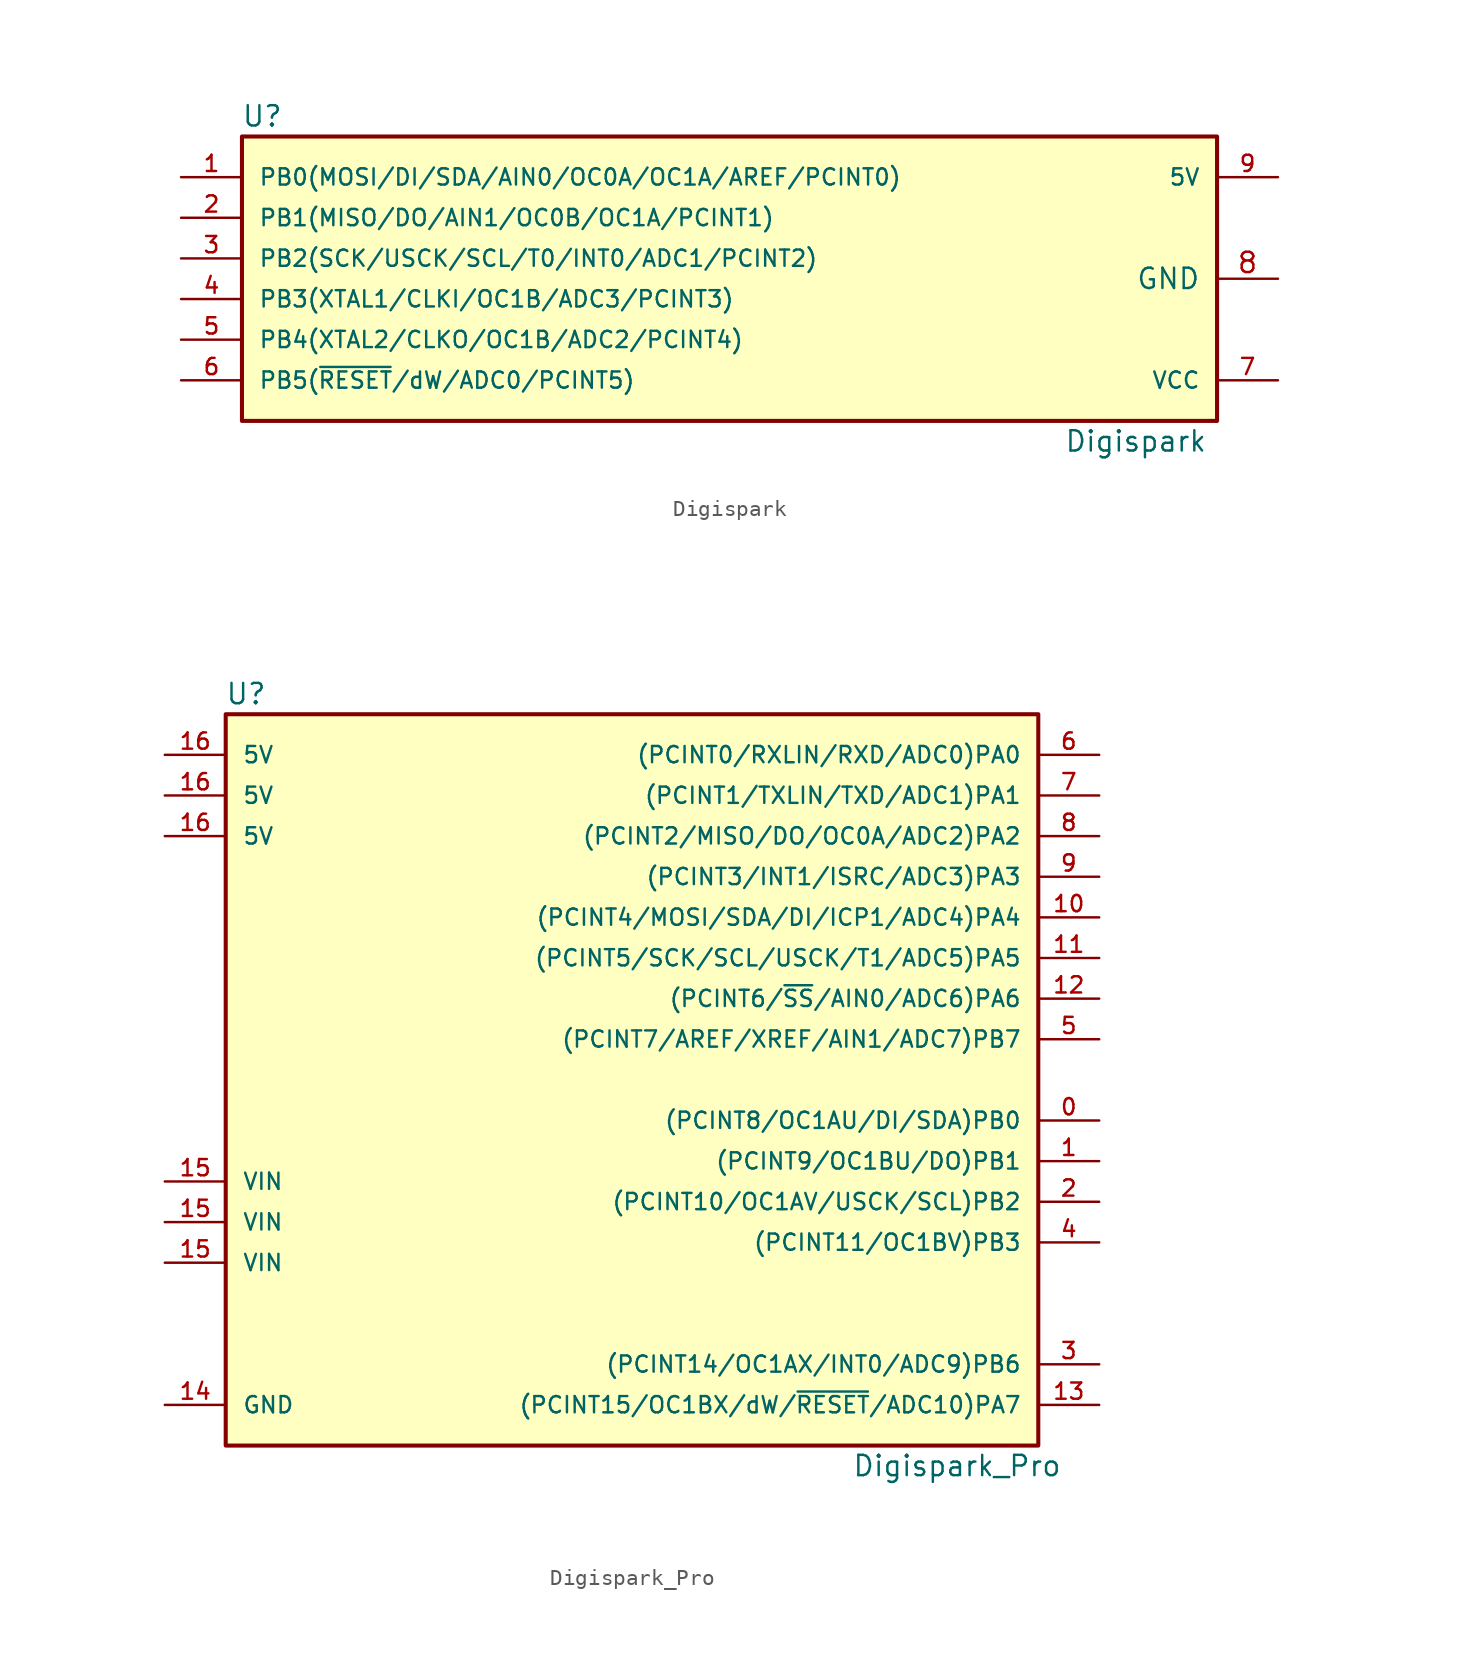
<source format=kicad_sym>
(kicad_symbol_lib
  (version 20211014)
  (generator kicad_symbol_editor)
  (symbol "Digispark"
    (pin_names
      (offset 1.016))
    (property "Reference" "U"
      (at -29.21 10.16 0)
      (effects (font (size 1.27 1.27))))
    (property "Value" "Digispark"
      (at 25.4 -10.16 0)
      (effects (font (size 1.27 1.27))))
    (symbol "Digispark_0_1"
      (rectangle (start -30.48 8.89) (end 30.48 -8.89) (stroke (width 0.254) (type default) (color 0 0 0 0)) (fill (type background))))
    (symbol "Digispark_1_1"
      (pin bidirectional line (at -34.29 6.35 0) (length 3.81) (name "PB0(MOSI/DI/SDA/AIN0/OC0A/OC1A/AREF/PCINT0)" (effects (font (size 1.016 1.016)))) (number "1" (effects (font (size 1.016 1.016)))))
      (pin bidirectional line (at -34.29 3.81 0) (length 3.81) (name "PB1(MISO/DO/AIN1/OC0B/OC1A/PCINT1)" (effects (font (size 1.016 1.016)))) (number "2" (effects (font (size 1.016 1.016)))))
      (pin bidirectional line (at -34.29 1.27 0) (length 3.81) (name "PB2(SCK/USCK/SCL/T0/INT0/ADC1/PCINT2)" (effects (font (size 1.016 1.016)))) (number "3" (effects (font (size 1.016 1.016)))))
      (pin bidirectional line (at -34.29 -1.27 0) (length 3.81) (name "PB3(XTAL1/CLKI/OC1B/ADC3/PCINT3)" (effects (font (size 1.016 1.016)))) (number "4" (effects (font (size 1.016 1.016)))))
      (pin bidirectional line (at -34.29 -3.81 0) (length 3.81) (name "PB4(XTAL2/CLKO/OC1B/ADC2/PCINT4)" (effects (font (size 1.016 1.016)))) (number "5" (effects (font (size 1.016 1.016)))))
      (pin bidirectional line (at -34.29 -6.35 0) (length 3.81) (name "PB5(~{RESET}/dW/ADC0/PCINT5)" (effects (font (size 1.016 1.016)))) (number "6" (effects (font (size 1.016 1.016)))))
      (pin power_in line (at 34.29 -6.35 180) (length 3.81) (name "VCC" (effects (font (size 1.016 1.016)))) (number "7" (effects (font (size 1.016 1.016)))))
      (pin bidirectional line (at 34.29 0 180) (length 3.81) (name "GND" (effects (font (size 1.27 1.27)))) (number "8" (effects (font (size 1.27 1.27)))))
      (pin power_in line (at 34.29 6.35 180) (length 3.81) (name "5V" (effects (font (size 1.016 1.016)))) (number "9" (effects (font (size 1.016 1.016)))))))
  (symbol "Digispark_Pro"
    (pin_names
      (offset 1.016))
    (property "Reference" "U"
      (at -24.13 24.13 0)
      (effects (font (size 1.27 1.27))))
    (property "Value" "Digispark_Pro"
      (at 20.32 -24.13 0)
      (effects (font (size 1.27 1.27))))
    (symbol "Digispark_Pro_0_1"
      (rectangle (start 25.4 22.86) (end -25.4 -22.86) (stroke (width 0.254) (type default) (color 0 0 0 0)) (fill (type background))))
    (symbol "Digispark_Pro_1_1"
      (pin bidirectional line (at 29.21 -2.54 180) (length 3.81) (name "(PCINT8/OC1AU/DI/SDA)PB0" (effects (font (size 1.016 1.016)))) (number "0" (effects (font (size 1.016 1.016)))))
      (pin bidirectional line (at 29.21 -5.08 180) (length 3.81) (name "(PCINT9/OC1BU/DO)PB1" (effects (font (size 1.016 1.016)))) (number "1" (effects (font (size 1.016 1.016)))))
      (pin bidirectional line (at 29.21 10.16 180) (length 3.81) (name "(PCINT4/MOSI/SDA/DI/ICP1/ADC4)PA4" (effects (font (size 1.016 1.016)))) (number "10" (effects (font (size 1.016 1.016)))))
      (pin bidirectional line (at 29.21 7.62 180) (length 3.81) (name "(PCINT5/SCK/SCL/USCK/T1/ADC5)PA5" (effects (font (size 1.016 1.016)))) (number "11" (effects (font (size 1.016 1.016)))))
      (pin bidirectional line (at 29.21 5.08 180) (length 3.81) (name "(PCINT6/~{SS}/AIN0/ADC6)PA6" (effects (font (size 1.016 1.016)))) (number "12" (effects (font (size 1.016 1.016)))))
      (pin bidirectional line (at 29.21 -20.32 180) (length 3.81) (name "(PCINT15/OC1BX/dW/~{RESET}/ADC10)PA7" (effects (font (size 1.016 1.016)))) (number "13" (effects (font (size 1.016 1.016)))))
      (pin power_in line (at -29.21 -20.32 0) (length 3.81) (name "GND" (effects (font (size 1.016 1.016)))) (number "14" (effects (font (size 1.016 1.016)))))
      (pin bidirectional line (at -29.21 -11.43 0) (length 3.81) (name "VIN" (effects (font (size 1.016 1.016)))) (number "15" (effects (font (size 1.016 1.016)))))
      (pin bidirectional line (at -29.21 -8.89 0) (length 3.81) (name "VIN" (effects (font (size 1.016 1.016)))) (number "15" (effects (font (size 1.016 1.016)))))
      (pin bidirectional line (at -29.21 -6.35 0) (length 3.81) (name "VIN" (effects (font (size 1.016 1.016)))) (number "15" (effects (font (size 1.016 1.016)))))
      (pin bidirectional line (at -29.21 15.24 0) (length 3.81) (name "5V" (effects (font (size 1.016 1.016)))) (number "16" (effects (font (size 1.016 1.016)))))
      (pin bidirectional line (at -29.21 17.78 0) (length 3.81) (name "5V" (effects (font (size 1.016 1.016)))) (number "16" (effects (font (size 1.016 1.016)))))
      (pin power_in line (at -29.21 20.32 0) (length 3.81) (name "5V" (effects (font (size 1.016 1.016)))) (number "16" (effects (font (size 1.016 1.016)))))
      (pin bidirectional line (at 29.21 -7.62 180) (length 3.81) (name "(PCINT10/OC1AV/USCK/SCL)PB2" (effects (font (size 1.016 1.016)))) (number "2" (effects (font (size 1.016 1.016)))))
      (pin bidirectional line (at 29.21 -17.78 180) (length 3.81) (name "(PCINT14/OC1AX/INT0/ADC9)PB6" (effects (font (size 1.016 1.016)))) (number "3" (effects (font (size 1.016 1.016)))))
      (pin bidirectional line (at 29.21 -10.16 180) (length 3.81) (name "(PCINT11/OC1BV)PB3" (effects (font (size 1.016 1.016)))) (number "4" (effects (font (size 1.016 1.016)))))
      (pin bidirectional line (at 29.21 2.54 180) (length 3.81) (name "(PCINT7/AREF/XREF/AIN1/ADC7)PB7" (effects (font (size 1.016 1.016)))) (number "5" (effects (font (size 1.016 1.016)))))
      (pin bidirectional line (at 29.21 20.32 180) (length 3.81) (name "(PCINT0/RXLIN/RXD/ADC0)PA0" (effects (font (size 1.016 1.016)))) (number "6" (effects (font (size 1.016 1.016)))))
      (pin bidirectional line (at 29.21 17.78 180) (length 3.81) (name "(PCINT1/TXLIN/TXD/ADC1)PA1" (effects (font (size 1.016 1.016)))) (number "7" (effects (font (size 1.016 1.016)))))
      (pin bidirectional line (at 29.21 15.24 180) (length 3.81) (name "(PCINT2/MISO/DO/OC0A/ADC2)PA2" (effects (font (size 1.016 1.016)))) (number "8" (effects (font (size 1.016 1.016)))))
      (pin bidirectional line (at 29.21 12.7 180) (length 3.81) (name "(PCINT3/INT1/ISRC/ADC3)PA3" (effects (font (size 1.016 1.016)))) (number "9" (effects (font (size 1.016 1.016))))))))
</source>
